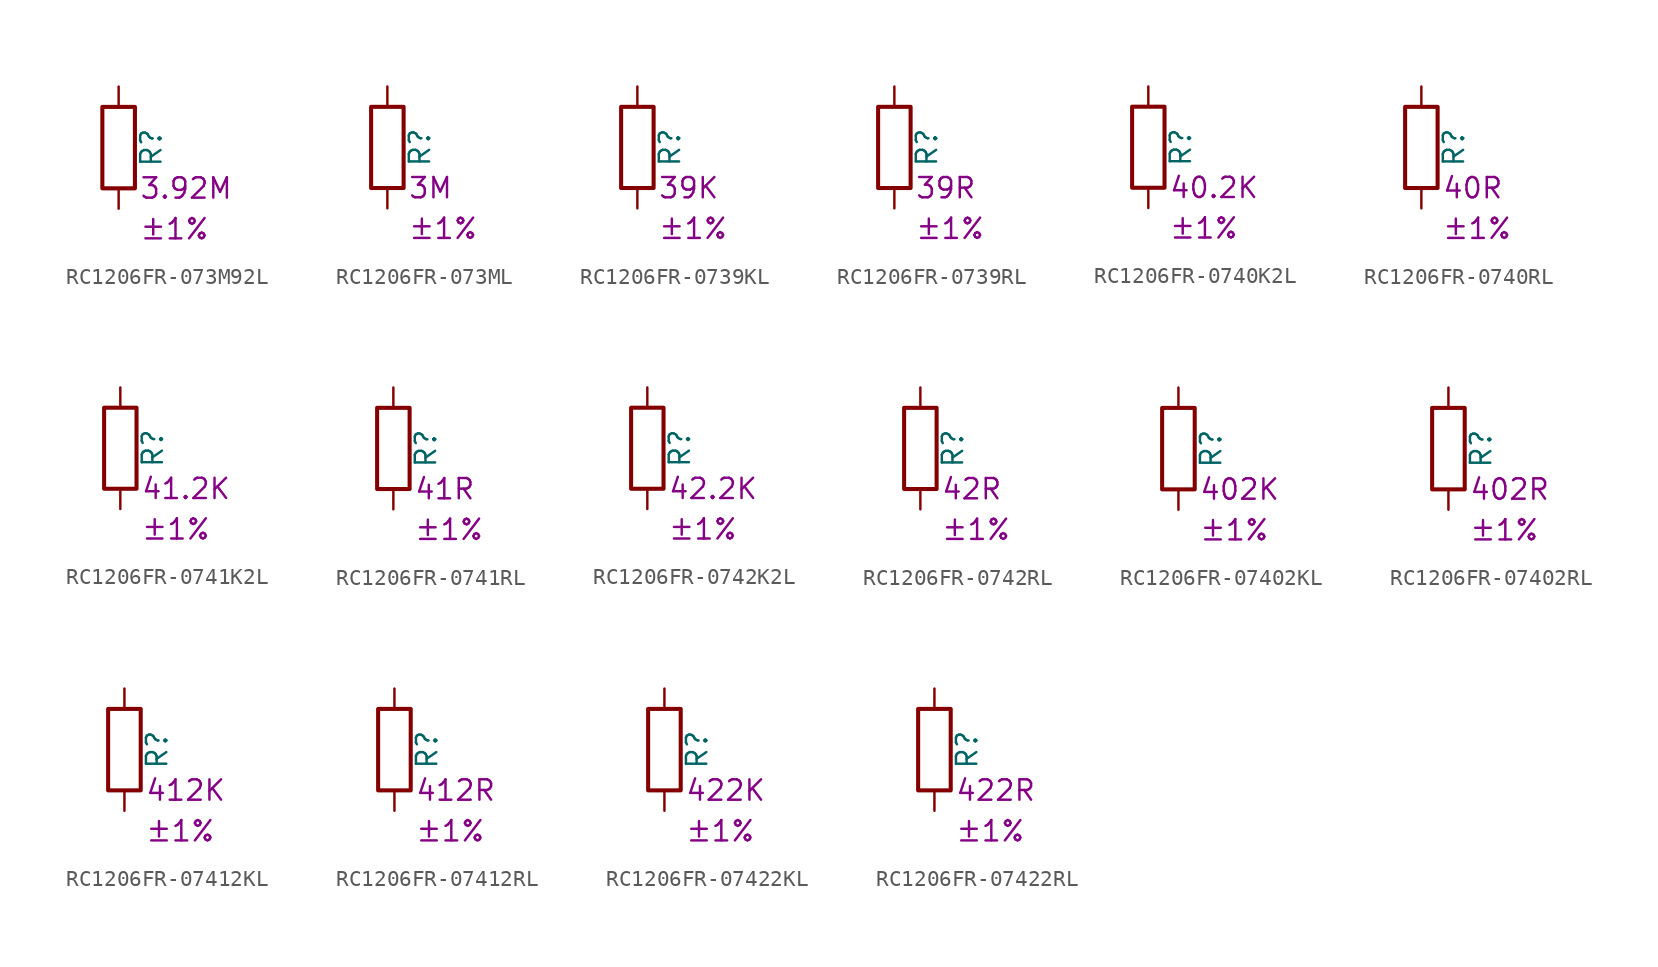
<source format=kicad_sym>
(kicad_symbol_lib
  (version 20220914)
  (generator kicad_symbol_editor)
  (symbol "RC1206FR-073M92L"
    (pin_numbers hide)
    (pin_names
      (offset 0))
    (property "Reference" "R"
      (at 2.032 0 90)
      (effects (font (size 1.27 1.27))))
    (property "Resistance" "3.92M"
      (at 1.27 -2.54 0)
      (effects (font (size 1.27 1.27)) (justify left)))
    (property "Tolerance" "±1%"
      (at 1.27 -5.08 0)
      (effects (font (size 1.27 1.27)) (justify left)))
    (symbol "RC1206FR-073M92L_0_1"
      (rectangle (start -1.016 -2.54) (end 1.016 2.54) (stroke (width 0.254) (type default)) (fill (type none))))
    (symbol "RC1206FR-073M92L_1_1"
      (pin passive line (at 0 3.81 270) (length 1.27) (name "~" (effects (font (size 1.27 1.27)))) (number "1" (effects (font (size 1.27 1.27)))))
      (pin passive line (at 0 -3.81 90) (length 1.27) (name "~" (effects (font (size 1.27 1.27)))) (number "2" (effects (font (size 1.27 1.27)))))))
  (symbol "RC1206FR-073ML"
    (pin_numbers hide)
    (pin_names
      (offset 0))
    (property "Reference" "R"
      (at 2.032 0 90)
      (effects (font (size 1.27 1.27))))
    (property "Resistance" "3M"
      (at 1.27 -2.54 0)
      (effects (font (size 1.27 1.27)) (justify left)))
    (property "Tolerance" "±1%"
      (at 1.27 -5.08 0)
      (effects (font (size 1.27 1.27)) (justify left)))
    (symbol "RC1206FR-073ML_0_1"
      (rectangle (start -1.016 -2.54) (end 1.016 2.54) (stroke (width 0.254) (type default)) (fill (type none))))
    (symbol "RC1206FR-073ML_1_1"
      (pin passive line (at 0 3.81 270) (length 1.27) (name "~" (effects (font (size 1.27 1.27)))) (number "1" (effects (font (size 1.27 1.27)))))
      (pin passive line (at 0 -3.81 90) (length 1.27) (name "~" (effects (font (size 1.27 1.27)))) (number "2" (effects (font (size 1.27 1.27)))))))
  (symbol "RC1206FR-0739KL"
    (pin_numbers hide)
    (pin_names
      (offset 0))
    (property "Reference" "R"
      (at 2.032 0 90)
      (effects (font (size 1.27 1.27))))
    (property "Resistance" "39K"
      (at 1.27 -2.54 0)
      (effects (font (size 1.27 1.27)) (justify left)))
    (property "Tolerance" "±1%"
      (at 1.27 -5.08 0)
      (effects (font (size 1.27 1.27)) (justify left)))
    (symbol "RC1206FR-0739KL_0_1"
      (rectangle (start -1.016 -2.54) (end 1.016 2.54) (stroke (width 0.254) (type default)) (fill (type none))))
    (symbol "RC1206FR-0739KL_1_1"
      (pin passive line (at 0 3.81 270) (length 1.27) (name "~" (effects (font (size 1.27 1.27)))) (number "1" (effects (font (size 1.27 1.27)))))
      (pin passive line (at 0 -3.81 90) (length 1.27) (name "~" (effects (font (size 1.27 1.27)))) (number "2" (effects (font (size 1.27 1.27)))))))
  (symbol "RC1206FR-0739RL"
    (pin_numbers hide)
    (pin_names
      (offset 0))
    (property "Reference" "R"
      (at 2.032 0 90)
      (effects (font (size 1.27 1.27))))
    (property "Resistance" "39R"
      (at 1.27 -2.54 0)
      (effects (font (size 1.27 1.27)) (justify left)))
    (property "Tolerance" "±1%"
      (at 1.27 -5.08 0)
      (effects (font (size 1.27 1.27)) (justify left)))
    (symbol "RC1206FR-0739RL_0_1"
      (rectangle (start -1.016 -2.54) (end 1.016 2.54) (stroke (width 0.254) (type default)) (fill (type none))))
    (symbol "RC1206FR-0739RL_1_1"
      (pin passive line (at 0 3.81 270) (length 1.27) (name "~" (effects (font (size 1.27 1.27)))) (number "1" (effects (font (size 1.27 1.27)))))
      (pin passive line (at 0 -3.81 90) (length 1.27) (name "~" (effects (font (size 1.27 1.27)))) (number "2" (effects (font (size 1.27 1.27)))))))
  (symbol "RC1206FR-0740K2L"
    (pin_numbers hide)
    (pin_names
      (offset 0))
    (property "Reference" "R"
      (at 2.032 0 90)
      (effects (font (size 1.27 1.27))))
    (property "Resistance" "40.2K"
      (at 1.27 -2.54 0)
      (effects (font (size 1.27 1.27)) (justify left)))
    (property "Tolerance" "±1%"
      (at 1.27 -5.08 0)
      (effects (font (size 1.27 1.27)) (justify left)))
    (symbol "RC1206FR-0740K2L_0_1"
      (rectangle (start -1.016 -2.54) (end 1.016 2.54) (stroke (width 0.254) (type default)) (fill (type none))))
    (symbol "RC1206FR-0740K2L_1_1"
      (pin passive line (at 0 3.81 270) (length 1.27) (name "~" (effects (font (size 1.27 1.27)))) (number "1" (effects (font (size 1.27 1.27)))))
      (pin passive line (at 0 -3.81 90) (length 1.27) (name "~" (effects (font (size 1.27 1.27)))) (number "2" (effects (font (size 1.27 1.27)))))))
  (symbol "RC1206FR-0740RL"
    (pin_numbers hide)
    (pin_names
      (offset 0))
    (property "Reference" "R"
      (at 2.032 0 90)
      (effects (font (size 1.27 1.27))))
    (property "Resistance" "40R"
      (at 1.27 -2.54 0)
      (effects (font (size 1.27 1.27)) (justify left)))
    (property "Tolerance" "±1%"
      (at 1.27 -5.08 0)
      (effects (font (size 1.27 1.27)) (justify left)))
    (symbol "RC1206FR-0740RL_0_1"
      (rectangle (start -1.016 -2.54) (end 1.016 2.54) (stroke (width 0.254) (type default)) (fill (type none))))
    (symbol "RC1206FR-0740RL_1_1"
      (pin passive line (at 0 3.81 270) (length 1.27) (name "~" (effects (font (size 1.27 1.27)))) (number "1" (effects (font (size 1.27 1.27)))))
      (pin passive line (at 0 -3.81 90) (length 1.27) (name "~" (effects (font (size 1.27 1.27)))) (number "2" (effects (font (size 1.27 1.27)))))))
  (symbol "RC1206FR-0741K2L"
    (pin_numbers hide)
    (pin_names
      (offset 0))
    (property "Reference" "R"
      (at 2.032 0 90)
      (effects (font (size 1.27 1.27))))
    (property "Resistance" "41.2K"
      (at 1.27 -2.54 0)
      (effects (font (size 1.27 1.27)) (justify left)))
    (property "Tolerance" "±1%"
      (at 1.27 -5.08 0)
      (effects (font (size 1.27 1.27)) (justify left)))
    (symbol "RC1206FR-0741K2L_0_1"
      (rectangle (start -1.016 -2.54) (end 1.016 2.54) (stroke (width 0.254) (type default)) (fill (type none))))
    (symbol "RC1206FR-0741K2L_1_1"
      (pin passive line (at 0 3.81 270) (length 1.27) (name "~" (effects (font (size 1.27 1.27)))) (number "1" (effects (font (size 1.27 1.27)))))
      (pin passive line (at 0 -3.81 90) (length 1.27) (name "~" (effects (font (size 1.27 1.27)))) (number "2" (effects (font (size 1.27 1.27)))))))
  (symbol "RC1206FR-0741RL"
    (pin_numbers hide)
    (pin_names
      (offset 0))
    (property "Reference" "R"
      (at 2.032 0 90)
      (effects (font (size 1.27 1.27))))
    (property "Resistance" "41R"
      (at 1.27 -2.54 0)
      (effects (font (size 1.27 1.27)) (justify left)))
    (property "Tolerance" "±1%"
      (at 1.27 -5.08 0)
      (effects (font (size 1.27 1.27)) (justify left)))
    (symbol "RC1206FR-0741RL_0_1"
      (rectangle (start -1.016 -2.54) (end 1.016 2.54) (stroke (width 0.254) (type default)) (fill (type none))))
    (symbol "RC1206FR-0741RL_1_1"
      (pin passive line (at 0 3.81 270) (length 1.27) (name "~" (effects (font (size 1.27 1.27)))) (number "1" (effects (font (size 1.27 1.27)))))
      (pin passive line (at 0 -3.81 90) (length 1.27) (name "~" (effects (font (size 1.27 1.27)))) (number "2" (effects (font (size 1.27 1.27)))))))
  (symbol "RC1206FR-0742K2L"
    (pin_numbers hide)
    (pin_names
      (offset 0))
    (property "Reference" "R"
      (at 2.032 0 90)
      (effects (font (size 1.27 1.27))))
    (property "Resistance" "42.2K"
      (at 1.27 -2.54 0)
      (effects (font (size 1.27 1.27)) (justify left)))
    (property "Tolerance" "±1%"
      (at 1.27 -5.08 0)
      (effects (font (size 1.27 1.27)) (justify left)))
    (symbol "RC1206FR-0742K2L_0_1"
      (rectangle (start -1.016 -2.54) (end 1.016 2.54) (stroke (width 0.254) (type default)) (fill (type none))))
    (symbol "RC1206FR-0742K2L_1_1"
      (pin passive line (at 0 3.81 270) (length 1.27) (name "~" (effects (font (size 1.27 1.27)))) (number "1" (effects (font (size 1.27 1.27)))))
      (pin passive line (at 0 -3.81 90) (length 1.27) (name "~" (effects (font (size 1.27 1.27)))) (number "2" (effects (font (size 1.27 1.27)))))))
  (symbol "RC1206FR-0742RL"
    (pin_numbers hide)
    (pin_names
      (offset 0))
    (property "Reference" "R"
      (at 2.032 0 90)
      (effects (font (size 1.27 1.27))))
    (property "Resistance" "42R"
      (at 1.27 -2.54 0)
      (effects (font (size 1.27 1.27)) (justify left)))
    (property "Tolerance" "±1%"
      (at 1.27 -5.08 0)
      (effects (font (size 1.27 1.27)) (justify left)))
    (symbol "RC1206FR-0742RL_0_1"
      (rectangle (start -1.016 -2.54) (end 1.016 2.54) (stroke (width 0.254) (type default)) (fill (type none))))
    (symbol "RC1206FR-0742RL_1_1"
      (pin passive line (at 0 3.81 270) (length 1.27) (name "~" (effects (font (size 1.27 1.27)))) (number "1" (effects (font (size 1.27 1.27)))))
      (pin passive line (at 0 -3.81 90) (length 1.27) (name "~" (effects (font (size 1.27 1.27)))) (number "2" (effects (font (size 1.27 1.27)))))))
  (symbol "RC1206FR-07402KL"
    (pin_numbers hide)
    (pin_names
      (offset 0))
    (property "Reference" "R"
      (at 2.032 0 90)
      (effects (font (size 1.27 1.27))))
    (property "Resistance" "402K"
      (at 1.27 -2.54 0)
      (effects (font (size 1.27 1.27)) (justify left)))
    (property "Tolerance" "±1%"
      (at 1.27 -5.08 0)
      (effects (font (size 1.27 1.27)) (justify left)))
    (symbol "RC1206FR-07402KL_0_1"
      (rectangle (start -1.016 -2.54) (end 1.016 2.54) (stroke (width 0.254) (type default)) (fill (type none))))
    (symbol "RC1206FR-07402KL_1_1"
      (pin passive line (at 0 3.81 270) (length 1.27) (name "~" (effects (font (size 1.27 1.27)))) (number "1" (effects (font (size 1.27 1.27)))))
      (pin passive line (at 0 -3.81 90) (length 1.27) (name "~" (effects (font (size 1.27 1.27)))) (number "2" (effects (font (size 1.27 1.27)))))))
  (symbol "RC1206FR-07402RL"
    (pin_numbers hide)
    (pin_names
      (offset 0))
    (property "Reference" "R"
      (at 2.032 0 90)
      (effects (font (size 1.27 1.27))))
    (property "Resistance" "402R"
      (at 1.27 -2.54 0)
      (effects (font (size 1.27 1.27)) (justify left)))
    (property "Tolerance" "±1%"
      (at 1.27 -5.08 0)
      (effects (font (size 1.27 1.27)) (justify left)))
    (symbol "RC1206FR-07402RL_0_1"
      (rectangle (start -1.016 -2.54) (end 1.016 2.54) (stroke (width 0.254) (type default)) (fill (type none))))
    (symbol "RC1206FR-07402RL_1_1"
      (pin passive line (at 0 3.81 270) (length 1.27) (name "~" (effects (font (size 1.27 1.27)))) (number "1" (effects (font (size 1.27 1.27)))))
      (pin passive line (at 0 -3.81 90) (length 1.27) (name "~" (effects (font (size 1.27 1.27)))) (number "2" (effects (font (size 1.27 1.27)))))))
  (symbol "RC1206FR-07412KL"
    (pin_numbers hide)
    (pin_names
      (offset 0))
    (property "Reference" "R"
      (at 2.032 0 90)
      (effects (font (size 1.27 1.27))))
    (property "Resistance" "412K"
      (at 1.27 -2.54 0)
      (effects (font (size 1.27 1.27)) (justify left)))
    (property "Tolerance" "±1%"
      (at 1.27 -5.08 0)
      (effects (font (size 1.27 1.27)) (justify left)))
    (symbol "RC1206FR-07412KL_0_1"
      (rectangle (start -1.016 -2.54) (end 1.016 2.54) (stroke (width 0.254) (type default)) (fill (type none))))
    (symbol "RC1206FR-07412KL_1_1"
      (pin passive line (at 0 3.81 270) (length 1.27) (name "~" (effects (font (size 1.27 1.27)))) (number "1" (effects (font (size 1.27 1.27)))))
      (pin passive line (at 0 -3.81 90) (length 1.27) (name "~" (effects (font (size 1.27 1.27)))) (number "2" (effects (font (size 1.27 1.27)))))))
  (symbol "RC1206FR-07412RL"
    (pin_numbers hide)
    (pin_names
      (offset 0))
    (property "Reference" "R"
      (at 2.032 0 90)
      (effects (font (size 1.27 1.27))))
    (property "Resistance" "412R"
      (at 1.27 -2.54 0)
      (effects (font (size 1.27 1.27)) (justify left)))
    (property "Tolerance" "±1%"
      (at 1.27 -5.08 0)
      (effects (font (size 1.27 1.27)) (justify left)))
    (symbol "RC1206FR-07412RL_0_1"
      (rectangle (start -1.016 -2.54) (end 1.016 2.54) (stroke (width 0.254) (type default)) (fill (type none))))
    (symbol "RC1206FR-07412RL_1_1"
      (pin passive line (at 0 3.81 270) (length 1.27) (name "~" (effects (font (size 1.27 1.27)))) (number "1" (effects (font (size 1.27 1.27)))))
      (pin passive line (at 0 -3.81 90) (length 1.27) (name "~" (effects (font (size 1.27 1.27)))) (number "2" (effects (font (size 1.27 1.27)))))))
  (symbol "RC1206FR-07422KL"
    (pin_numbers hide)
    (pin_names
      (offset 0))
    (property "Reference" "R"
      (at 2.032 0 90)
      (effects (font (size 1.27 1.27))))
    (property "Resistance" "422K"
      (at 1.27 -2.54 0)
      (effects (font (size 1.27 1.27)) (justify left)))
    (property "Tolerance" "±1%"
      (at 1.27 -5.08 0)
      (effects (font (size 1.27 1.27)) (justify left)))
    (symbol "RC1206FR-07422KL_0_1"
      (rectangle (start -1.016 -2.54) (end 1.016 2.54) (stroke (width 0.254) (type default)) (fill (type none))))
    (symbol "RC1206FR-07422KL_1_1"
      (pin passive line (at 0 3.81 270) (length 1.27) (name "~" (effects (font (size 1.27 1.27)))) (number "1" (effects (font (size 1.27 1.27)))))
      (pin passive line (at 0 -3.81 90) (length 1.27) (name "~" (effects (font (size 1.27 1.27)))) (number "2" (effects (font (size 1.27 1.27)))))))
  (symbol "RC1206FR-07422RL"
    (pin_numbers hide)
    (pin_names
      (offset 0))
    (property "Reference" "R"
      (at 2.032 0 90)
      (effects (font (size 1.27 1.27))))
    (property "Resistance" "422R"
      (at 1.27 -2.54 0)
      (effects (font (size 1.27 1.27)) (justify left)))
    (property "Tolerance" "±1%"
      (at 1.27 -5.08 0)
      (effects (font (size 1.27 1.27)) (justify left)))
    (symbol "RC1206FR-07422RL_0_1"
      (rectangle (start -1.016 -2.54) (end 1.016 2.54) (stroke (width 0.254) (type default)) (fill (type none))))
    (symbol "RC1206FR-07422RL_1_1"
      (pin passive line (at 0 3.81 270) (length 1.27) (name "~" (effects (font (size 1.27 1.27)))) (number "1" (effects (font (size 1.27 1.27)))))
      (pin passive line (at 0 -3.81 90) (length 1.27) (name "~" (effects (font (size 1.27 1.27)))) (number "2" (effects (font (size 1.27 1.27))))))))
</source>
